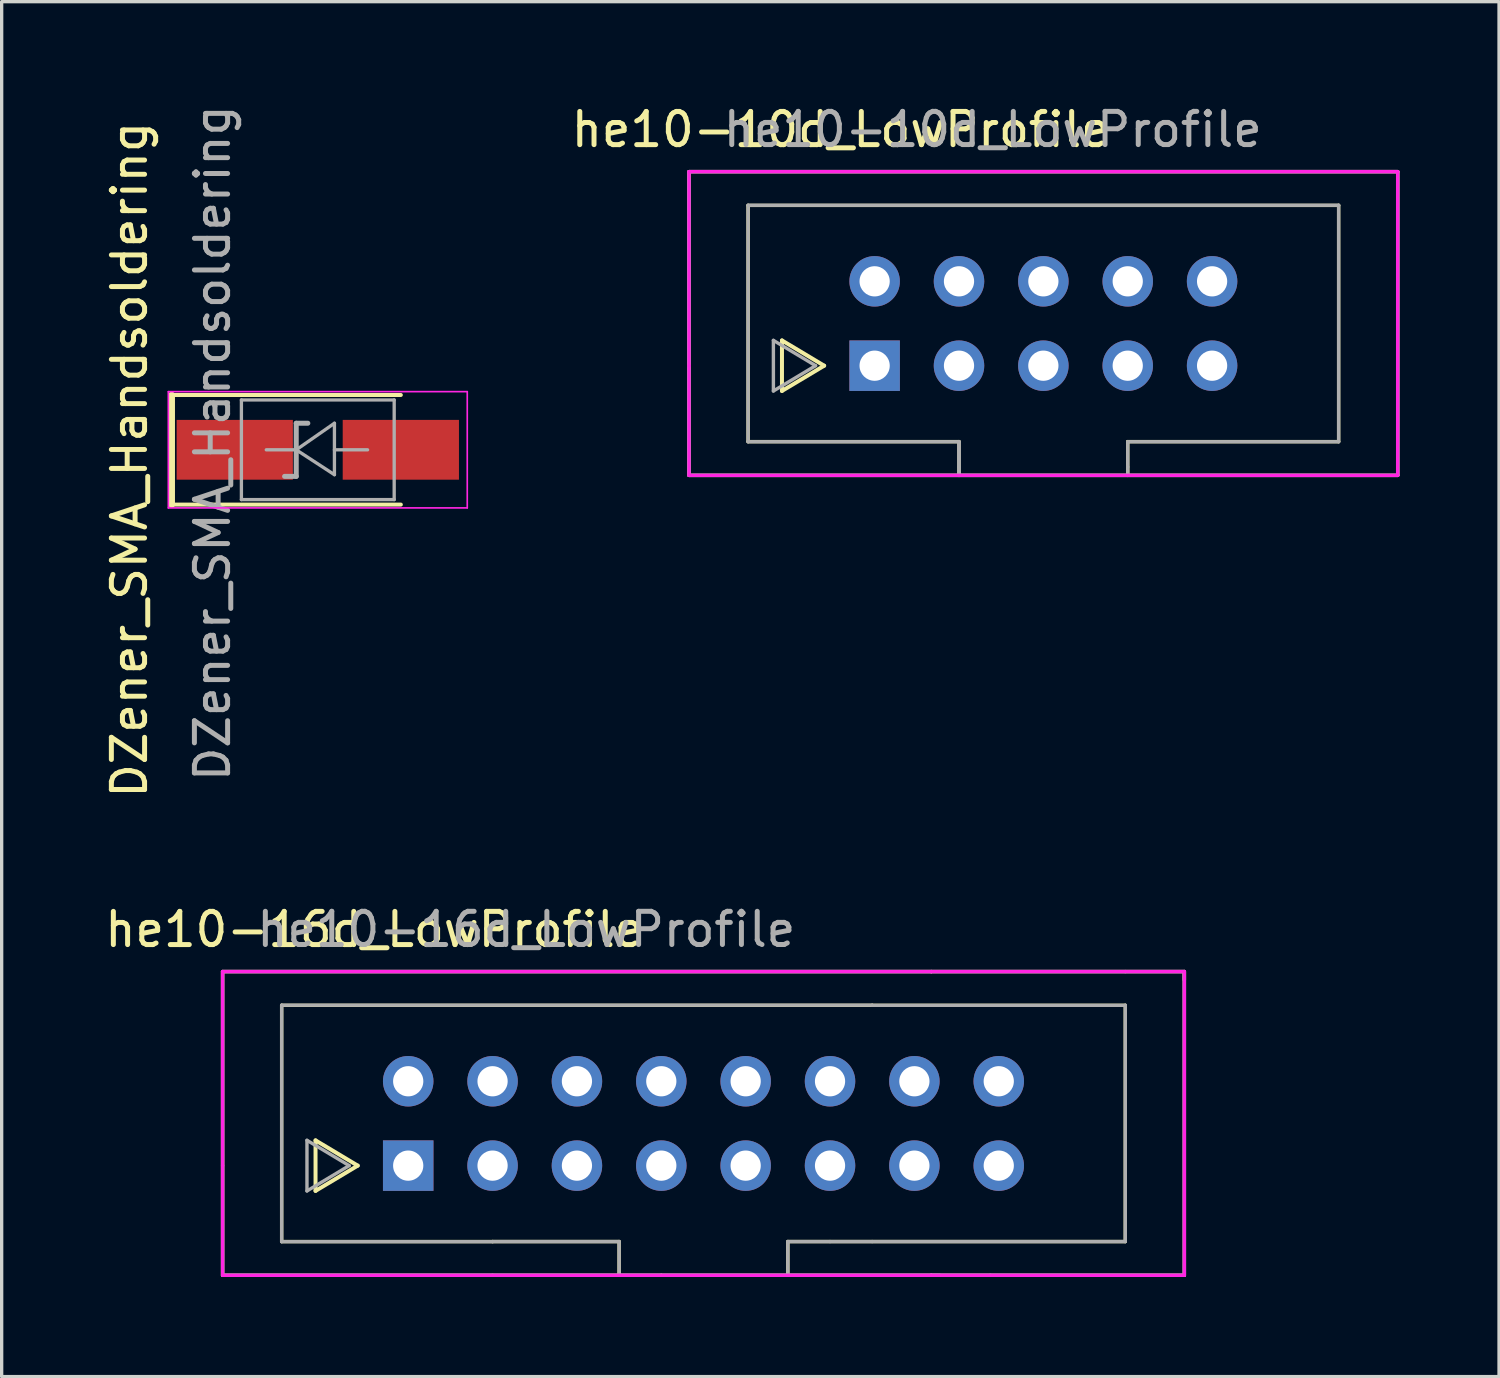
<source format=kicad_pcb>
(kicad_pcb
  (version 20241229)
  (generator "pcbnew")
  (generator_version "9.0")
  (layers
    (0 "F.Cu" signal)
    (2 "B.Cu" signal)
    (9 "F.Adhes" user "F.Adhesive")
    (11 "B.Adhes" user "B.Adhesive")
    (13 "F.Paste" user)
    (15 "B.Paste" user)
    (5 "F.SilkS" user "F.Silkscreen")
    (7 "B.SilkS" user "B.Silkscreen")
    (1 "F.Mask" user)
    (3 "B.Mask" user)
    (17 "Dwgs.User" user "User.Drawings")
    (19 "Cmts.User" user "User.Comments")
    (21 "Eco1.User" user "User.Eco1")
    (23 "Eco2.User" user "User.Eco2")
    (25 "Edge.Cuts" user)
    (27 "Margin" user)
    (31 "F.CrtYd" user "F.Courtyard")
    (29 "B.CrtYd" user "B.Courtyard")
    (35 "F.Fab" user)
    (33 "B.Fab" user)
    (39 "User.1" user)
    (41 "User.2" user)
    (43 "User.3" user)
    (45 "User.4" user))
  (footprint "DZener_SMA_Handsoldering"
    (layer "F.Cu")
    (at 6.518 10.492)
    (property "Reference" "DZener_SMA_Handsoldering" (at -5.67 0.3 90) (layer "F.SilkS") (effects (font (size 1 1) (thickness 0.15))))
    (attr smd)
    (fp_line (start -4.4 -1.65) (end -4.4 1.65) (stroke (width 0.2) (type solid)) (layer "F.SilkS"))
    (fp_line (start -4.4 -1.65) (end 2.5 -1.65) (stroke (width 0.12) (type solid)) (layer "F.SilkS"))
    (fp_line (start -4.4 1.65) (end 2.5 1.65) (stroke (width 0.12) (type solid)) (layer "F.SilkS"))
    (fp_line (start -4.5 -1.75) (end 4.5 -1.75) (stroke (width 0.05) (type solid)) (layer "F.CrtYd"))
    (fp_line (start -4.5 1.75) (end -4.5 -1.75) (stroke (width 0.05) (type solid)) (layer "F.CrtYd"))
    (fp_line (start 4.5 -1.75) (end 4.5 1.75) (stroke (width 0.05) (type solid)) (layer "F.CrtYd"))
    (fp_line (start 4.5 1.75) (end -4.5 1.75) (stroke (width 0.05) (type solid)) (layer "F.CrtYd"))
    (fp_line (start -2.3 1.5) (end -2.3 -1.5) (stroke (width 0.1) (type solid)) (layer "F.Fab"))
    (fp_line (start -0.65 -0.8) (end -0.3 -0.8) (stroke (width 0.15) (type solid)) (layer "F.Fab"))
    (fp_line (start -0.65 0.8) (end -1 0.8) (stroke (width 0.15) (type solid)) (layer "F.Fab"))
    (fp_line (start -0.649 -0.799) (end -0.649 0.801) (stroke (width 0.15) (type solid)) (layer "F.Fab"))
    (fp_line (start -0.649 0.001) (end -1.551 0.001) (stroke (width 0.1) (type solid)) (layer "F.Fab"))
    (fp_line (start -0.649 0.001) (end 0.501 -0.799) (stroke (width 0.1) (type solid)) (layer "F.Fab"))
    (fp_line (start -0.649 0.001) (end 0.501 0.75) (stroke (width 0.1) (type solid)) (layer "F.Fab"))
    (fp_line (start 0.501 0.001) (end 1.499 0.001) (stroke (width 0.1) (type solid)) (layer "F.Fab"))
    (fp_line (start 0.501 0.75) (end 0.501 -0.799) (stroke (width 0.1) (type solid)) (layer "F.Fab"))
    (fp_line (start 2.3 -1.5) (end -2.3 -1.5) (stroke (width 0.1) (type solid)) (layer "F.Fab"))
    (fp_line (start 2.3 -1.5) (end 2.3 1.5) (stroke (width 0.1) (type solid)) (layer "F.Fab"))
    (fp_line (start 2.3 1.5) (end -2.3 1.5) (stroke (width 0.1) (type solid)) (layer "F.Fab"))
    (fp_text user "${REFERENCE}" (at -3.17 -0.2 90) (layer "F.Fab") (effects (font (size 1 1) (thickness 0.15))))
    (pad "1" smd rect (at -2.5 0) (size 3.5 1.8) (layers "F.Cu" "F.Mask" "F.Paste"))
    (pad "2" smd rect (at 2.5 0) (size 3.5 1.8) (layers "F.Cu" "F.Mask" "F.Paste")))
  (footprint "he10-16d_LowProfile"
    (layer "F.Cu")
    (at 9.24 32.044)
    (property "Reference" "he10-16d_LowProfile" (at -1.02 -7.11 0) (layer "F.SilkS") (effects (font (size 1 1) (thickness 0.15))))
    (attr through_hole)
    (fp_line (start -5.588 -5.842) (end -5.588 3.302) (stroke (width 0.102) (type solid)) (layer "F.SilkS"))
    (fp_line (start -5.588 3.302) (end 7.62 3.302) (stroke (width 0.102) (type solid)) (layer "F.SilkS"))
    (fp_line (start -3.81 -4.826) (end 13.97 -4.826) (stroke (width 0.102) (type solid)) (layer "F.SilkS"))
    (fp_line (start -3.81 2.286) (end -3.81 -4.826) (stroke (width 0.102) (type solid)) (layer "F.SilkS"))
    (fp_line (start -2.79 -0.76) (end -2.79 0.76) (stroke (width 0.12) (type solid)) (layer "F.SilkS"))
    (fp_line (start -2.79 0.76) (end -1.52 0) (stroke (width 0.12) (type solid)) (layer "F.SilkS"))
    (fp_line (start -1.52 0) (end -2.79 -0.76) (stroke (width 0.12) (type solid)) (layer "F.SilkS"))
    (fp_line (start 2.54 2.286) (end -3.81 2.286) (stroke (width 0.102) (type solid)) (layer "F.SilkS"))
    (fp_line (start 2.54 2.286) (end 6.35 2.286) (stroke (width 0.102) (type solid)) (layer "F.SilkS"))
    (fp_line (start 6.35 3.302) (end 6.35 2.286) (stroke (width 0.102) (type solid)) (layer "F.SilkS"))
    (fp_line (start 7.62 3.302) (end 15.748 3.302) (stroke (width 0.102) (type solid)) (layer "F.SilkS"))
    (fp_line (start 11.43 2.286) (end 11.43 3.302) (stroke (width 0.102) (type solid)) (layer "F.SilkS"))
    (fp_line (start 11.43 2.286) (end 21.59 2.286) (stroke (width 0.102) (type solid)) (layer "F.SilkS"))
    (fp_line (start 13.97 -4.826) (end 21.59 -4.826) (stroke (width 0.102) (type solid)) (layer "F.SilkS"))
    (fp_line (start 15.748 -5.842) (end -5.588 -5.842) (stroke (width 0.102) (type solid)) (layer "F.SilkS"))
    (fp_line (start 15.748 -5.842) (end 23.368 -5.842) (stroke (width 0.102) (type solid)) (layer "F.SilkS"))
    (fp_line (start 15.748 3.302) (end 23.368 3.302) (stroke (width 0.102) (type solid)) (layer "F.SilkS"))
    (fp_line (start 21.59 -4.826) (end 21.59 2.286) (stroke (width 0.102) (type solid)) (layer "F.SilkS"))
    (fp_line (start 23.368 -5.842) (end 23.368 -5.588) (stroke (width 0.102) (type solid)) (layer "F.SilkS"))
    (fp_line (start 23.368 3.302) (end 23.368 -5.842) (stroke (width 0.102) (type solid)) (layer "F.SilkS"))
    (fp_line (start -5.588 -5.842) (end 15.748 -5.842) (stroke (width 0.102) (type solid)) (layer "F.CrtYd"))
    (fp_line (start -5.588 0) (end -5.588 -5.842) (stroke (width 0.102) (type solid)) (layer "F.CrtYd"))
    (fp_line (start -5.588 3.302) (end -5.588 0) (stroke (width 0.102) (type solid)) (layer "F.CrtYd"))
    (fp_line (start 15.748 3.302) (end -5.588 3.302) (stroke (width 0.102) (type solid)) (layer "F.CrtYd"))
    (fp_line (start 15.748 3.302) (end 23.368 3.302) (stroke (width 0.102) (type solid)) (layer "F.CrtYd"))
    (fp_line (start 23.368 -5.842) (end 15.748 -5.842) (stroke (width 0.102) (type solid)) (layer "F.CrtYd"))
    (fp_line (start 23.368 3.302) (end 23.368 -5.842) (stroke (width 0.102) (type solid)) (layer "F.CrtYd"))
    (fp_line (start -5.588 -5.842) (end 15.748 -5.842) (stroke (width 0.102) (type solid)) (layer "F.Fab"))
    (fp_line (start -5.588 3.302) (end -5.588 -5.842) (stroke (width 0.102) (type solid)) (layer "F.Fab"))
    (fp_line (start -3.81 -4.83) (end 13.97 -4.83) (stroke (width 0.1) (type solid)) (layer "F.Fab"))
    (fp_line (start -3.81 2.29) (end -3.81 -4.83) (stroke (width 0.1) (type solid)) (layer "F.Fab"))
    (fp_line (start -3.048 -0.762) (end -3.048 0.762) (stroke (width 0.102) (type solid)) (layer "F.Fab"))
    (fp_line (start -3.048 0.762) (end -1.778 0) (stroke (width 0.102) (type solid)) (layer "F.Fab"))
    (fp_line (start -1.778 0) (end -3.048 -0.762) (stroke (width 0.102) (type solid)) (layer "F.Fab"))
    (fp_line (start 2.54 2.286) (end 6.35 2.286) (stroke (width 0.102) (type solid)) (layer "F.Fab"))
    (fp_line (start 2.54 2.29) (end -3.81 2.29) (stroke (width 0.1) (type solid)) (layer "F.Fab"))
    (fp_line (start 2.54 3.302) (end -5.588 3.302) (stroke (width 0.102) (type solid)) (layer "F.Fab"))
    (fp_line (start 6.35 2.286) (end 6.35 3.302) (stroke (width 0.102) (type solid)) (layer "F.Fab"))
    (fp_line (start 11.43 2.286) (end 11.43 3.302) (stroke (width 0.102) (type solid)) (layer "F.Fab"))
    (fp_line (start 11.43 2.286) (end 12.7 2.286) (stroke (width 0.102) (type solid)) (layer "F.Fab"))
    (fp_line (start 13.97 2.286) (end 12.7 2.286) (stroke (width 0.102) (type solid)) (layer "F.Fab"))
    (fp_line (start 13.97 2.286) (end 21.59 2.286) (stroke (width 0.102) (type solid)) (layer "F.Fab"))
    (fp_line (start 15.748 -5.842) (end 21.59 -5.842) (stroke (width 0.102) (type solid)) (layer "F.Fab"))
    (fp_line (start 15.748 3.302) (end 2.54 3.302) (stroke (width 0.102) (type solid)) (layer "F.Fab"))
    (fp_line (start 15.748 3.302) (end 16.002 3.302) (stroke (width 0.102) (type solid)) (layer "F.Fab"))
    (fp_line (start 17.526 3.302) (end 15.748 3.302) (stroke (width 0.102) (type solid)) (layer "F.Fab"))
    (fp_line (start 21.59 -5.842) (end 23.368 -5.842) (stroke (width 0.102) (type solid)) (layer "F.Fab"))
    (fp_line (start 21.59 -4.826) (end 13.97 -4.826) (stroke (width 0.102) (type solid)) (layer "F.Fab"))
    (fp_line (start 21.59 2.286) (end 21.59 -4.826) (stroke (width 0.102) (type solid)) (layer "F.Fab"))
    (fp_line (start 23.368 -5.842) (end 23.368 3.302) (stroke (width 0.102) (type solid)) (layer "F.Fab"))
    (fp_line (start 23.368 3.302) (end 17.526 3.302) (stroke (width 0.102) (type solid)) (layer "F.Fab"))
    (fp_text user "${REFERENCE}" (at 3.556 -7.112 0) (layer "F.Fab") (effects (font (size 1 1) (thickness 0.15))))
    (pad "1" thru_hole rect (at 0 0) (size 1.52 1.52) (drill 0.91) (layers "*.Cu" "*.Mask"))
    (pad "2" thru_hole circle (at 0 -2.54) (size 1.52 1.52) (drill 0.91) (layers "*.Cu" "*.Mask"))
    (pad "3" thru_hole circle (at 2.54 0) (size 1.52 1.52) (drill 0.91) (layers "*.Cu" "*.Mask"))
    (pad "4" thru_hole circle (at 2.54 -2.54) (size 1.52 1.52) (drill 0.91) (layers "*.Cu" "*.Mask"))
    (pad "5" thru_hole circle (at 5.08 0) (size 1.52 1.52) (drill 0.91) (layers "*.Cu" "*.Mask"))
    (pad "6" thru_hole circle (at 5.08 -2.54) (size 1.52 1.52) (drill 0.91) (layers "*.Cu" "*.Mask"))
    (pad "7" thru_hole circle (at 7.62 0) (size 1.52 1.52) (drill 0.91) (layers "*.Cu" "*.Mask"))
    (pad "8" thru_hole circle (at 7.62 -2.54) (size 1.52 1.52) (drill 0.91) (layers "*.Cu" "*.Mask"))
    (pad "9" thru_hole circle (at 10.16 0) (size 1.52 1.52) (drill 0.91) (layers "*.Cu" "*.Mask"))
    (pad "10" thru_hole circle (at 10.16 -2.54) (size 1.52 1.52) (drill 0.91) (layers "*.Cu" "*.Mask"))
    (pad "11" thru_hole circle (at 12.7 0) (size 1.52 1.52) (drill 0.91) (layers "*.Cu" "*.Mask"))
    (pad "12" thru_hole circle (at 12.7 -2.54) (size 1.52 1.52) (drill 0.91) (layers "*.Cu" "*.Mask"))
    (pad "13" thru_hole circle (at 15.24 0) (size 1.52 1.52) (drill 0.91) (layers "*.Cu" "*.Mask"))
    (pad "14" thru_hole circle (at 15.24 -2.54) (size 1.52 1.52) (drill 0.91) (layers "*.Cu" "*.Mask"))
    (pad "15" thru_hole circle (at 17.78 0) (size 1.52 1.52) (drill 0.91) (layers "*.Cu" "*.Mask"))
    (pad "16" thru_hole circle (at 17.78 -2.54) (size 1.52 1.52) (drill 0.91) (layers "*.Cu" "*.Mask")))
  (footprint "he10-10d_LowProfile"
    (layer "F.Cu")
    (at 23.283 7.96)
    (property "Reference" "he10-10d_LowProfile" (at -1.02 -7.11 0) (layer "F.SilkS") (effects (font (size 1 1) (thickness 0.15))))
    (attr through_hole)
    (fp_line (start -5.588 -5.842) (end -5.588 3.302) (stroke (width 0.102) (type solid)) (layer "F.SilkS"))
    (fp_line (start -5.588 3.302) (end 7.62 3.302) (stroke (width 0.102) (type solid)) (layer "F.SilkS"))
    (fp_line (start -3.81 -4.826) (end 13.97 -4.826) (stroke (width 0.102) (type solid)) (layer "F.SilkS"))
    (fp_line (start -3.81 2.286) (end -3.81 -4.826) (stroke (width 0.102) (type solid)) (layer "F.SilkS"))
    (fp_line (start -2.79 -0.76) (end -2.79 0.76) (stroke (width 0.12) (type solid)) (layer "F.SilkS"))
    (fp_line (start -2.79 0.76) (end -1.52 0) (stroke (width 0.12) (type solid)) (layer "F.SilkS"))
    (fp_line (start -1.52 0) (end -2.79 -0.76) (stroke (width 0.12) (type solid)) (layer "F.SilkS"))
    (fp_line (start 2.54 2.286) (end -3.81 2.286) (stroke (width 0.102) (type solid)) (layer "F.SilkS"))
    (fp_line (start 2.54 3.302) (end 2.54 2.286) (stroke (width 0.102) (type solid)) (layer "F.SilkS"))
    (fp_line (start 7.62 2.286) (end 7.62 3.302) (stroke (width 0.102) (type solid)) (layer "F.SilkS"))
    (fp_line (start 7.62 3.302) (end 15.748 3.302) (stroke (width 0.102) (type solid)) (layer "F.SilkS"))
    (fp_line (start 13.97 -4.826) (end 13.97 2.286) (stroke (width 0.102) (type solid)) (layer "F.SilkS"))
    (fp_line (start 13.97 2.286) (end 7.62 2.286) (stroke (width 0.102) (type solid)) (layer "F.SilkS"))
    (fp_line (start 15.748 -5.842) (end -5.588 -5.842) (stroke (width 0.102) (type solid)) (layer "F.SilkS"))
    (fp_line (start 15.748 3.302) (end 15.748 -5.842) (stroke (width 0.102) (type solid)) (layer "F.SilkS"))
    (fp_line (start -5.588 -5.842) (end 15.748 -5.842) (stroke (width 0.102) (type solid)) (layer "F.CrtYd"))
    (fp_line (start -5.588 0) (end -5.588 -5.842) (stroke (width 0.102) (type solid)) (layer "F.CrtYd"))
    (fp_line (start -5.588 3.302) (end -5.588 0) (stroke (width 0.102) (type solid)) (layer "F.CrtYd"))
    (fp_line (start 15.748 -5.842) (end 15.748 3.302) (stroke (width 0.102) (type solid)) (layer "F.CrtYd"))
    (fp_line (start 15.748 3.302) (end -5.588 3.302) (stroke (width 0.102) (type solid)) (layer "F.CrtYd"))
    (fp_line (start -5.588 -5.842) (end 15.748 -5.842) (stroke (width 0.102) (type solid)) (layer "F.Fab"))
    (fp_line (start -5.588 3.302) (end -5.588 -5.842) (stroke (width 0.102) (type solid)) (layer "F.Fab"))
    (fp_line (start -3.81 -4.83) (end 13.97 -4.83) (stroke (width 0.1) (type solid)) (layer "F.Fab"))
    (fp_line (start -3.81 2.29) (end -3.81 -4.83) (stroke (width 0.1) (type solid)) (layer "F.Fab"))
    (fp_line (start -3.048 -0.762) (end -3.048 0.762) (stroke (width 0.102) (type solid)) (layer "F.Fab"))
    (fp_line (start -3.048 0.762) (end -1.778 0) (stroke (width 0.102) (type solid)) (layer "F.Fab"))
    (fp_line (start -1.778 0) (end -3.048 -0.762) (stroke (width 0.102) (type solid)) (layer "F.Fab"))
    (fp_line (start 2.54 2.29) (end -3.81 2.29) (stroke (width 0.1) (type solid)) (layer "F.Fab"))
    (fp_line (start 2.54 3.048) (end 2.54 3.302) (stroke (width 0.102) (type solid)) (layer "F.Fab"))
    (fp_line (start 2.54 3.05) (end 2.54 2.29) (stroke (width 0.1) (type solid)) (layer "F.Fab"))
    (fp_line (start 2.54 3.302) (end -5.588 3.302) (stroke (width 0.102) (type solid)) (layer "F.Fab"))
    (fp_line (start 2.54 3.302) (end 2.54 2.286) (stroke (width 0.102) (type solid)) (layer "F.Fab"))
    (fp_line (start 7.62 2.29) (end 7.62 3.05) (stroke (width 0.1) (type solid)) (layer "F.Fab"))
    (fp_line (start 7.62 3.048) (end 7.62 3.302) (stroke (width 0.102) (type solid)) (layer "F.Fab"))
    (fp_line (start 13.97 2.29) (end 7.62 2.29) (stroke (width 0.1) (type solid)) (layer "F.Fab"))
    (fp_line (start 13.97 2.29) (end 13.97 -4.83) (stroke (width 0.1) (type solid)) (layer "F.Fab"))
    (fp_line (start 15.748 -5.842) (end 15.748 3.302) (stroke (width 0.102) (type solid)) (layer "F.Fab"))
    (fp_line (start 15.748 3.302) (end 2.54 3.302) (stroke (width 0.102) (type solid)) (layer "F.Fab"))
    (fp_text user "${REFERENCE}" (at 3.556 -7.112 0) (layer "F.Fab") (effects (font (size 1 1) (thickness 0.15))))
    (pad "1" thru_hole rect (at 0 0) (size 1.52 1.52) (drill 0.91) (layers "*.Cu" "*.Mask"))
    (pad "2" thru_hole circle (at 0 -2.54) (size 1.52 1.52) (drill 0.91) (layers "*.Cu" "*.Mask"))
    (pad "3" thru_hole circle (at 2.54 0) (size 1.52 1.52) (drill 0.91) (layers "*.Cu" "*.Mask"))
    (pad "4" thru_hole circle (at 2.54 -2.54) (size 1.52 1.52) (drill 0.91) (layers "*.Cu" "*.Mask"))
    (pad "5" thru_hole circle (at 5.08 0) (size 1.52 1.52) (drill 0.91) (layers "*.Cu" "*.Mask"))
    (pad "6" thru_hole circle (at 5.08 -2.54) (size 1.52 1.52) (drill 0.91) (layers "*.Cu" "*.Mask"))
    (pad "7" thru_hole circle (at 7.62 0) (size 1.52 1.52) (drill 0.91) (layers "*.Cu" "*.Mask"))
    (pad "8" thru_hole circle (at 7.62 -2.54) (size 1.52 1.52) (drill 0.91) (layers "*.Cu" "*.Mask"))
    (pad "9" thru_hole circle (at 10.16 0) (size 1.52 1.52) (drill 0.91) (layers "*.Cu" "*.Mask"))
    (pad "10" thru_hole circle (at 10.16 -2.54) (size 1.52 1.52) (drill 0.91) (layers "*.Cu" "*.Mask")))
  (gr_rect
    (start -3 -3)
    (end 42.082 38.396)
    (stroke (width 0.1) (type default))
    (fill no)
    (layer "Edge.Cuts")))
</source>
